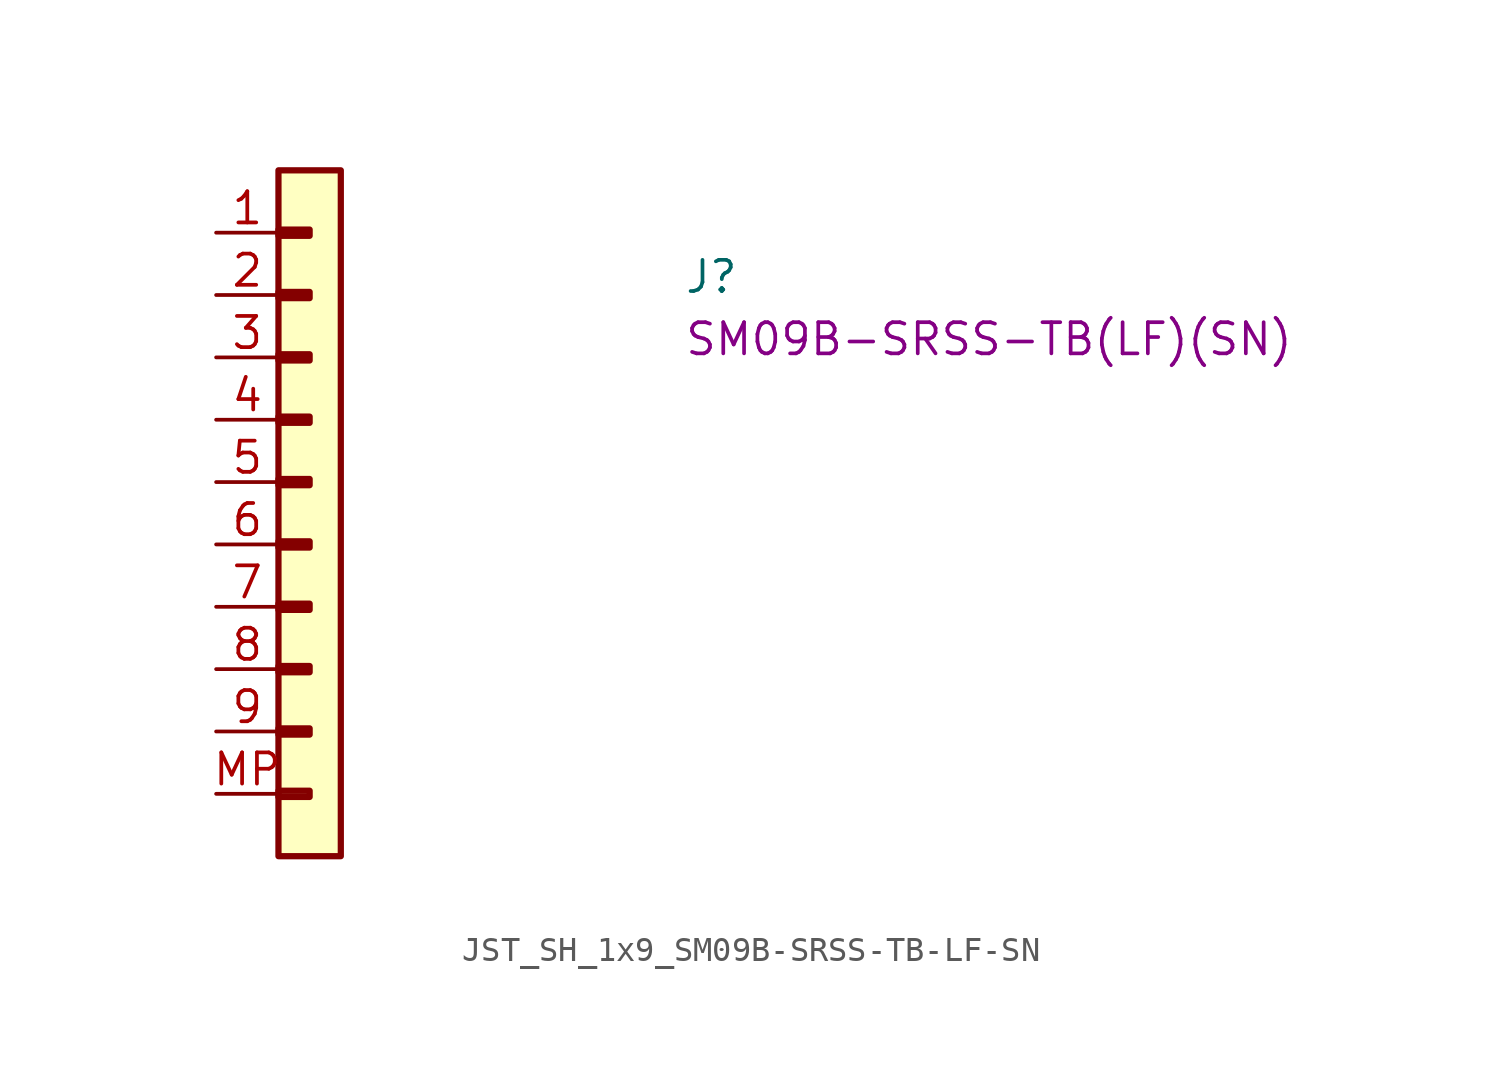
<source format=kicad_sym>
(kicad_symbol_lib
  (version 20220914)
  (generator kicad_symbol_editor)
  (symbol "JST_SH_1x9_SM09B-SRSS-TB-LF-SN"
    (property "Reference" "J"
      (at 19.05 -2.54 0)
      (effects (font (size 1.27 1.27) (thickness 0.15)) (justify left bottom)))
    (property "MPN" "SM09B-SRSS-TB(LF)(SN)"
      (at 19.05 -5.08 0)
      (effects (font (size 1.27 1.27) (thickness 0.15)) (justify left bottom)))
    (symbol "JST_SH_1x9_SM09B-SRSS-TB-LF-SN_1_1"
      (rectangle (start 2.54 -22.733) (end 3.81 -22.987) (stroke (width 0.254) (type default)) (fill (type background)))
      (rectangle (start 2.54 -20.193) (end 3.81 -20.447) (stroke (width 0.254) (type default)) (fill (type background)))
      (rectangle (start 2.54 -17.653) (end 3.81 -17.907) (stroke (width 0.254) (type default)) (fill (type background)))
      (rectangle (start 2.54 -15.113) (end 3.81 -15.367) (stroke (width 0.254) (type default)) (fill (type background)))
      (rectangle (start 2.54 -12.573) (end 3.81 -12.827) (stroke (width 0.254) (type default)) (fill (type background)))
      (rectangle (start 2.54 -10.033) (end 3.81 -10.287) (stroke (width 0.254) (type default)) (fill (type background)))
      (rectangle (start 2.54 -7.493) (end 3.81 -7.747) (stroke (width 0.254) (type default)) (fill (type background)))
      (rectangle (start 2.54 -4.953) (end 3.81 -5.207) (stroke (width 0.254) (type default)) (fill (type background)))
      (rectangle (start 2.54 -2.413) (end 3.81 -2.667) (stroke (width 0.254) (type default)) (fill (type background)))
      (rectangle (start 2.54 0.127) (end 3.81 -0.127) (stroke (width 0.254) (type default)) (fill (type background)))
      (rectangle (start 2.54 2.54) (end 5.08 -25.4) (stroke (width 0.254) (type default)) (fill (type background)))
      (pin passive line (at 0 0 0) (length 2.54) (name "~" (effects (font (size 1.27 1.27)))) (number "1" (effects (font (size 1.27 1.27)))))
      (pin passive line (at 0 -2.54 0) (length 2.54) (name "~" (effects (font (size 1.27 1.27)))) (number "2" (effects (font (size 1.27 1.27)))))
      (pin passive line (at 0 -5.08 0) (length 2.54) (name "~" (effects (font (size 1.27 1.27)))) (number "3" (effects (font (size 1.27 1.27)))))
      (pin passive line (at 0 -7.62 0) (length 2.54) (name "~" (effects (font (size 1.27 1.27)))) (number "4" (effects (font (size 1.27 1.27)))))
      (pin passive line (at 0 -10.16 0) (length 2.54) (name "~" (effects (font (size 1.27 1.27)))) (number "5" (effects (font (size 1.27 1.27)))))
      (pin passive line (at 0 -12.7 0) (length 2.54) (name "~" (effects (font (size 1.27 1.27)))) (number "6" (effects (font (size 1.27 1.27)))))
      (pin passive line (at 0 -15.24 0) (length 2.54) (name "~" (effects (font (size 1.27 1.27)))) (number "7" (effects (font (size 1.27 1.27)))))
      (pin passive line (at 0 -17.78 0) (length 2.54) (name "~" (effects (font (size 1.27 1.27)))) (number "8" (effects (font (size 1.27 1.27)))))
      (pin passive line (at 0 -20.32 0) (length 2.54) (name "~" (effects (font (size 1.27 1.27)))) (number "9" (effects (font (size 1.27 1.27)))))
      (pin passive line (at 0 -22.86 0) (length 2.54) (name "~" (effects (font (size 1.27 1.27)))) (number "MP" (effects (font (size 1.27 1.27))))))))
</source>
